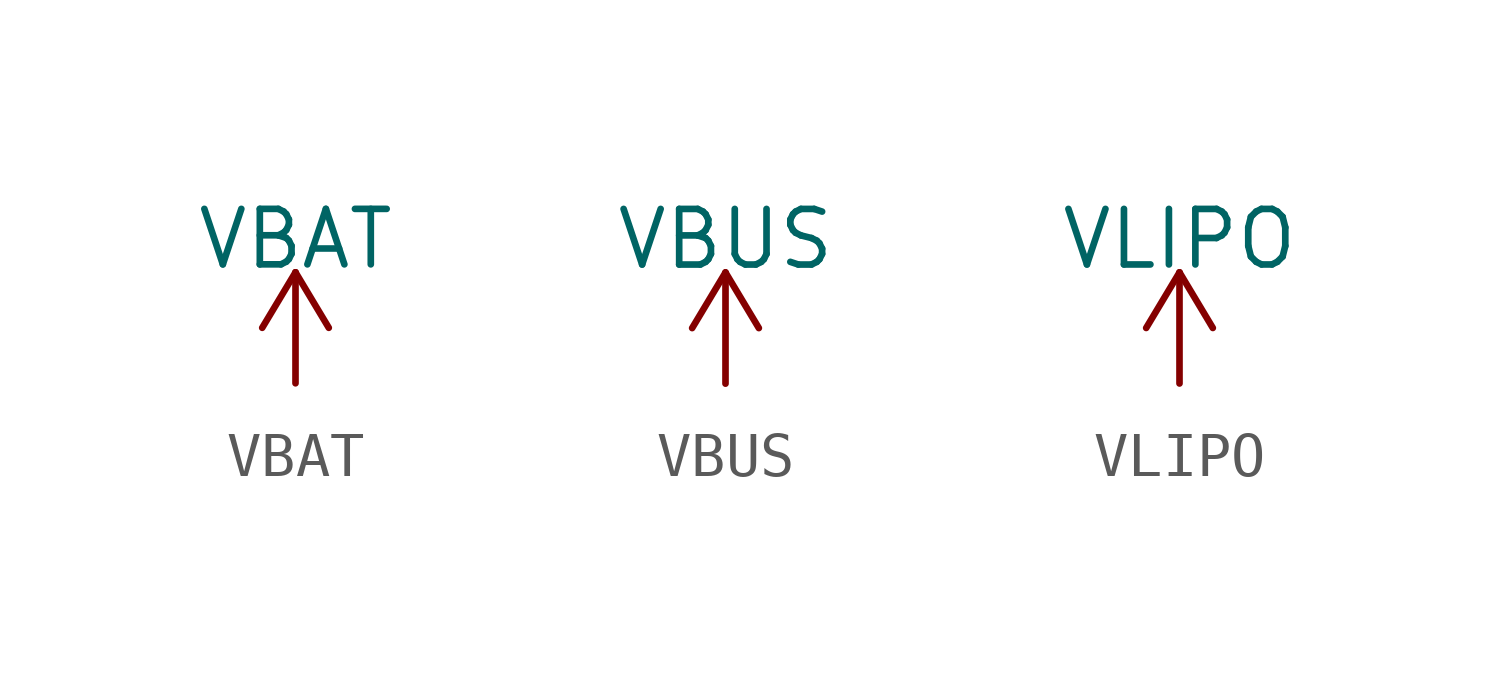
<source format=kicad_sym>
(kicad_symbol_lib
  (version 20211014)
  (generator kicad_symbol_editor)
  (symbol "VBAT"
    (power)
    (property "Reference" "#PWR"
      (at -4.826 3.81 0)
      (effects (font (size 1.27 1.27)) hide))
    (property "Value" "VBAT"
      (at 0 3.302 0)
      (effects (font (size 1.27 1.27))))
    (symbol "VBAT_0_1"
      (polyline (pts (xy -0.762 1.27) (xy 0 2.54)) (stroke (width 0) (type default) (color 0 0 0 0)) (fill (type none)))
      (polyline (pts (xy 0 0) (xy 0 2.54)) (stroke (width 0) (type default) (color 0 0 0 0)) (fill (type none)))
      (polyline (pts (xy 0 2.54) (xy 0.762 1.27)) (stroke (width 0) (type default) (color 0 0 0 0)) (fill (type none))))
    (symbol "VBAT_1_1"
      (pin input line (at 0 0 90) (length 0) hide (name "VBAT" (effects (font (size 1.27 1.27)))) (number "1" (effects (font (size 1.27 1.27)))))))
  (symbol "VBUS"
    (power)
    (property "Reference" "#PWR"
      (at -4.826 3.81 0)
      (effects (font (size 1.27 1.27)) hide))
    (property "Value" "VBUS"
      (at 0 3.302 0)
      (effects (font (size 1.27 1.27))))
    (symbol "VBUS_0_1"
      (polyline (pts (xy -0.762 1.27) (xy 0 2.54)) (stroke (width 0) (type default) (color 0 0 0 0)) (fill (type none)))
      (polyline (pts (xy 0 0) (xy 0 2.54)) (stroke (width 0) (type default) (color 0 0 0 0)) (fill (type none)))
      (polyline (pts (xy 0 2.54) (xy 0.762 1.27)) (stroke (width 0) (type default) (color 0 0 0 0)) (fill (type none))))
    (symbol "VBUS_1_1"
      (pin power_in line (at 0 0 90) (length 0) hide (name "VBUS" (effects (font (size 1.27 1.27)))) (number "1" (effects (font (size 1.27 1.27)))))))
  (symbol "VLIPO"
    (power)
    (property "Reference" "#PWR"
      (at -4.826 3.81 0)
      (effects (font (size 1.27 1.27)) hide))
    (property "Value" "VLIPO"
      (at 0 3.302 0)
      (effects (font (size 1.27 1.27))))
    (symbol "VLIPO_0_1"
      (polyline (pts (xy -0.762 1.27) (xy 0 2.54)) (stroke (width 0) (type default) (color 0 0 0 0)) (fill (type none)))
      (polyline (pts (xy 0 0) (xy 0 2.54)) (stroke (width 0) (type default) (color 0 0 0 0)) (fill (type none)))
      (polyline (pts (xy 0 2.54) (xy 0.762 1.27)) (stroke (width 0) (type default) (color 0 0 0 0)) (fill (type none))))
    (symbol "VLIPO_1_1"
      (pin power_in line (at 0 0 90) (length 0) hide (name "VLIPO" (effects (font (size 1.27 1.27)))) (number "1" (effects (font (size 1.27 1.27))))))))
</source>
